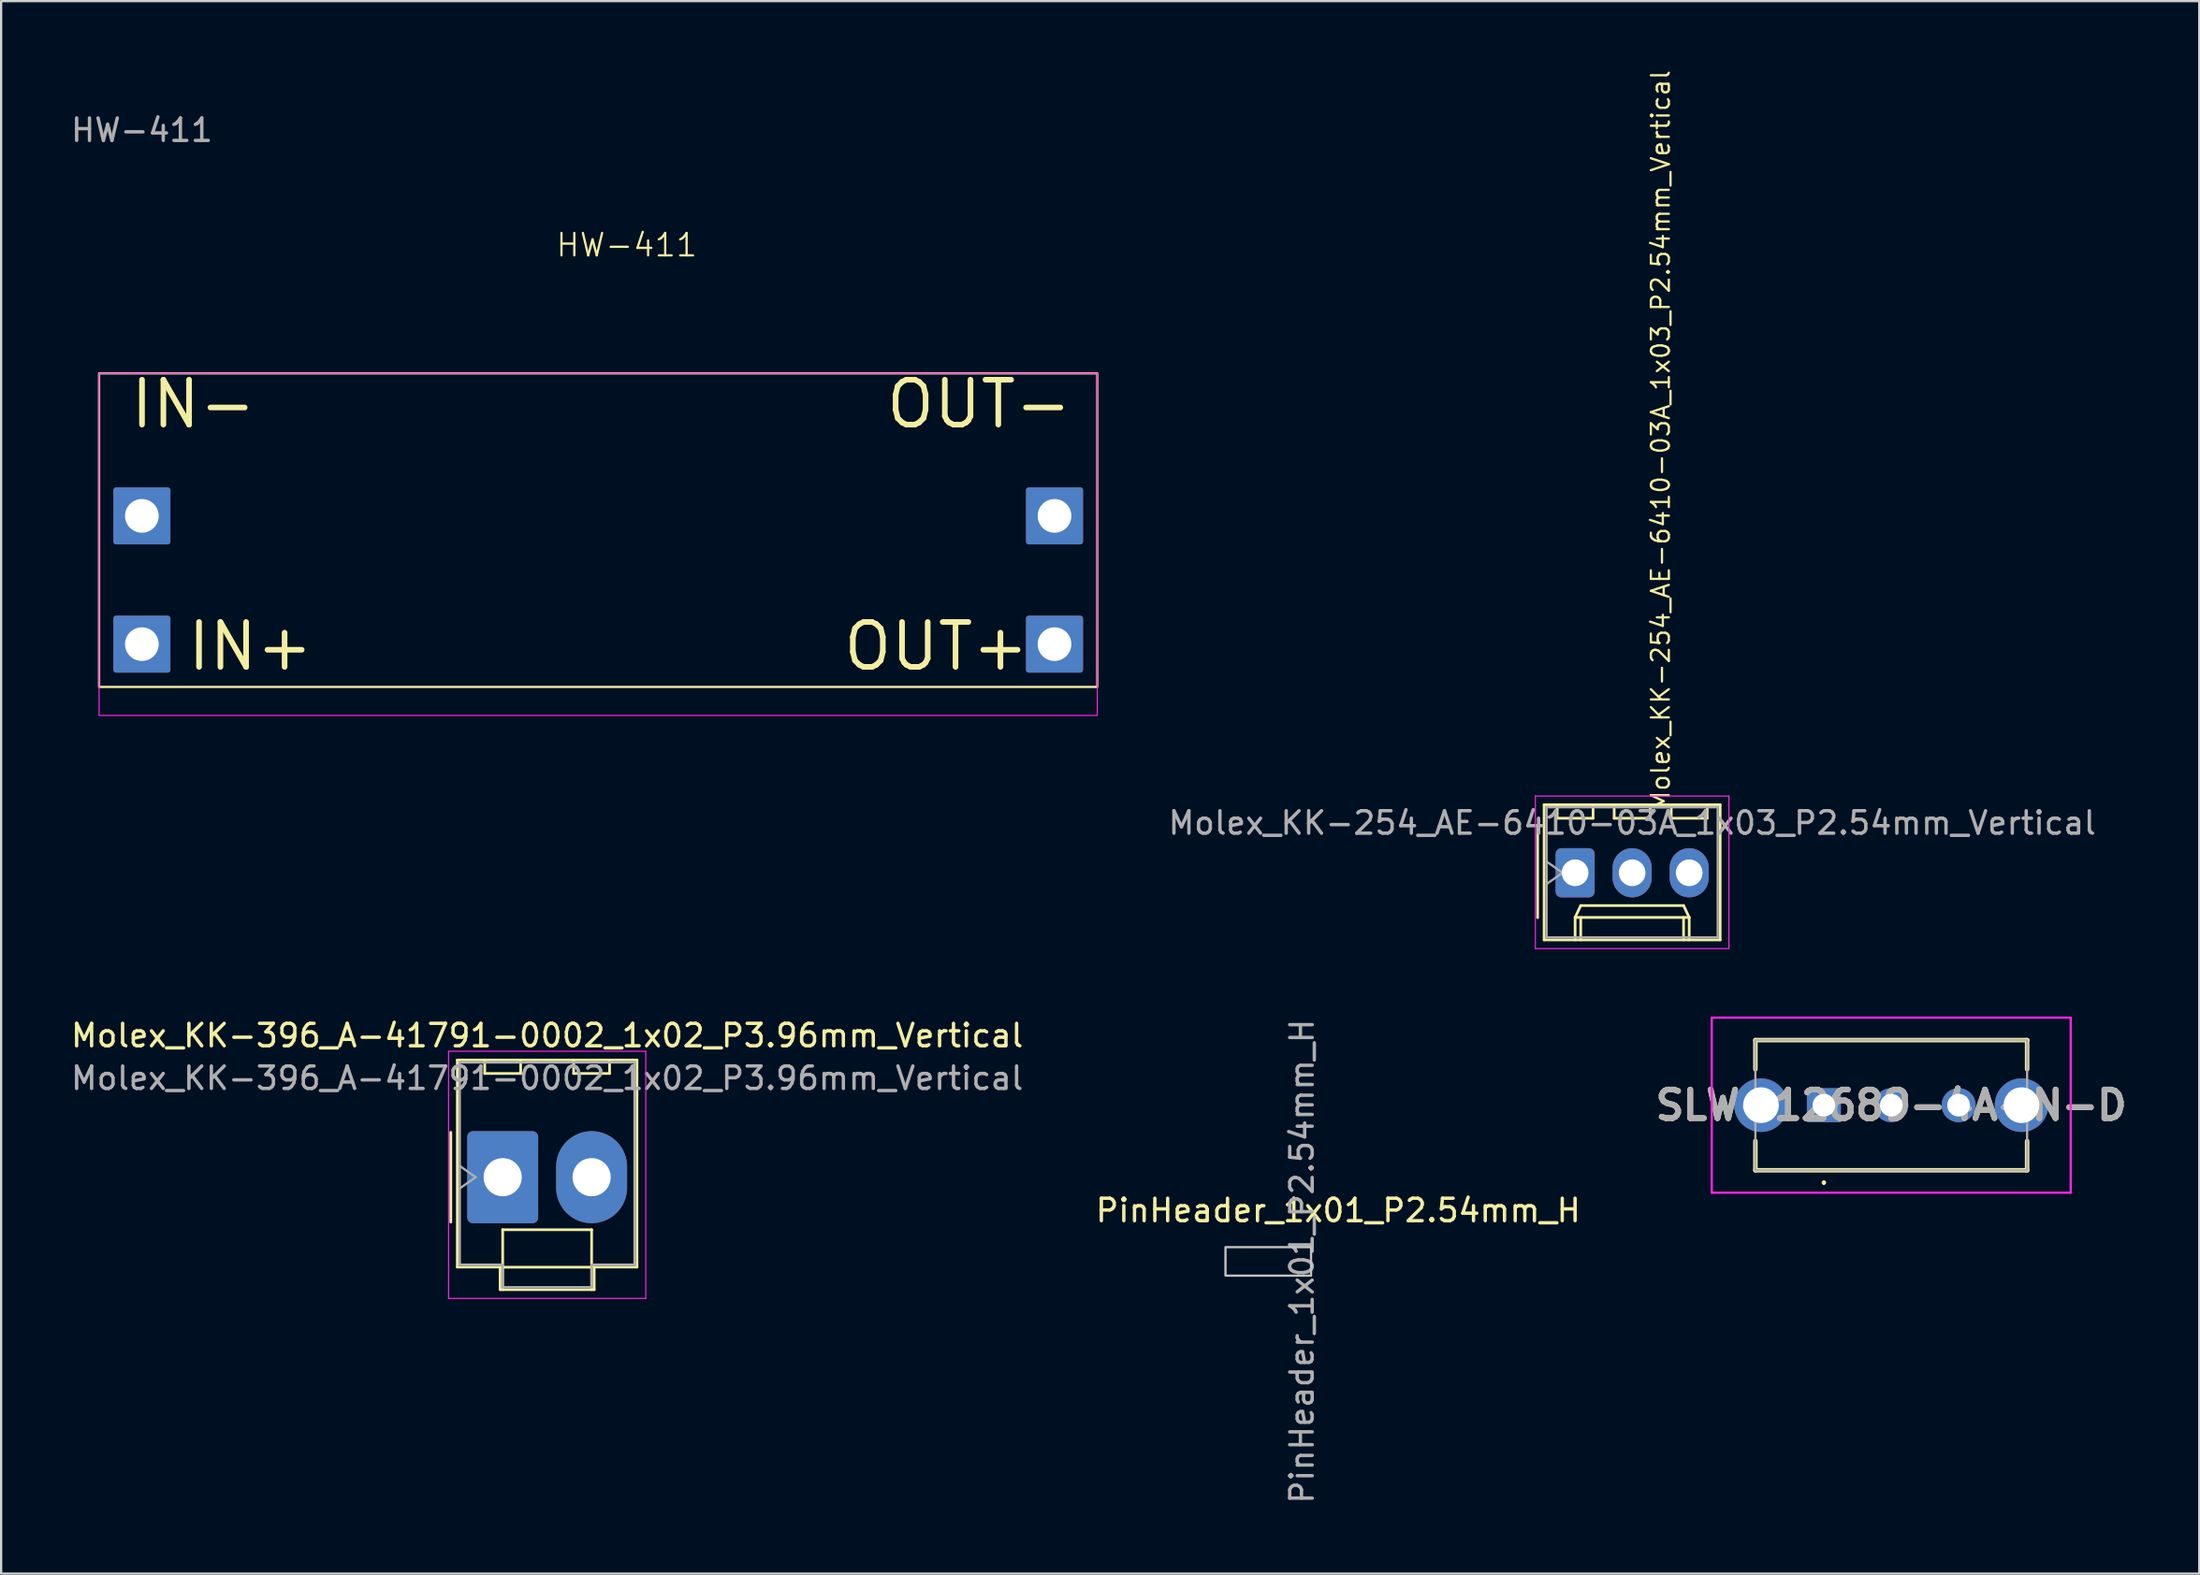
<source format=kicad_pcb>
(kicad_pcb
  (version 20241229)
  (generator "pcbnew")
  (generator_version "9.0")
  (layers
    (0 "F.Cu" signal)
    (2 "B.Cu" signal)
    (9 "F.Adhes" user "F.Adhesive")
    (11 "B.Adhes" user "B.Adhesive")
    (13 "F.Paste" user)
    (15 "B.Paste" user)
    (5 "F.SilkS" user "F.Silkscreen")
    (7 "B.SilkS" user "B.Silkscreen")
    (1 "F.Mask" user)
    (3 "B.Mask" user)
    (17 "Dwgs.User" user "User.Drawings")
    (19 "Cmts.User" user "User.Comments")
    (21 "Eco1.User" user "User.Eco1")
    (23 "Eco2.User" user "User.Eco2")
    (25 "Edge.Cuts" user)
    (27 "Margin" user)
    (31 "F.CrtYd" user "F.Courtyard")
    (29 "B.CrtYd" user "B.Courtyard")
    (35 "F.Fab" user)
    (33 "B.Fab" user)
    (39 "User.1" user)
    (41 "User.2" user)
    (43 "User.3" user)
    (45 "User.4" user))
  (footprint "HW-411"
    (layer "F.Cu")
    (at 3.268 0.25)
    (property "Reference" "HW-411" (at 21.59 7.62 0) (unlocked yes) (layer "F.SilkS") (effects (font (size 1 1) (thickness 0.1))))
    (attr through_hole)
    (fp_rect (start -1.905 13.335) (end 42.545 27.305) (stroke (width 0.1) (type default)) (fill no) (layer "F.SilkS"))
    (fp_rect (start -1.905 13.335) (end 42.545 28.575) (stroke (width 0.05) (type default)) (fill no) (layer "F.CrtYd"))
    (fp_text user "IN+" (at 1.905 26.67 0) (unlocked yes) (layer "F.SilkS") (effects (font (size 2 2) (thickness 0.25)) (justify left bottom)))
    (fp_text user "OUT+" (at 31.115 26.67 0) (unlocked yes) (layer "F.SilkS") (effects (font (size 2 2) (thickness 0.25)) (justify left bottom)))
    (fp_text user "IN-\n" (at -0.635 15.875 0) (unlocked yes) (layer "F.SilkS") (effects (font (size 2 2) (thickness 0.25)) (justify left bottom)))
    (fp_text user "OUT-\n" (at 33.02 15.875 0) (unlocked yes) (layer "F.SilkS") (effects (font (size 2 2) (thickness 0.25)) (justify left bottom)))
    (fp_text user "${REFERENCE}" (at 0 2.5 0) (unlocked yes) (layer "F.Fab") (effects (font (size 1 1) (thickness 0.15))))
    (pad "1" thru_hole roundrect (at 0 25.4) (size 2.54 2.54) (drill 1.5) (layers "*.Cu" "*.Mask") (roundrect_rratio 0.05))
    (pad "2" thru_hole roundrect (at 0 19.685) (size 2.54 2.54) (drill 1.5) (layers "*.Cu" "*.Mask") (roundrect_rratio 0.05))
    (pad "3" thru_hole roundrect (at 40.64 19.685) (size 2.54 2.54) (drill 1.5) (layers "*.Cu" "*.Mask") (roundrect_rratio 0.05))
    (pad "4" thru_hole roundrect (at 40.64 25.4) (size 2.54 2.54) (drill 1.5) (layers "*.Cu" "*.Mask") (roundrect_rratio 0.05)))
  (footprint "PinHeader_1x01_P2.54mm_H"
    (layer "F.Cu")
    (at 52.157 53.151)
    (property "Reference" "PinHeader_1x01_P2.54mm_H" (at 4.385 -2.27 0) (layer "F.SilkS") (effects (font (size 1 1) (thickness 0.15))))
    (attr through_hole)
    (fp_rect (start -0.635 -0.635) (end 3.175 0.635) (stroke (width 0.1) (type solid)) (fill no) (layer "Dwgs.User"))
    (fp_text user "${REFERENCE}" (at 2.77 0 90) (layer "F.Fab") (effects (font (size 1 1) (thickness 0.15)))))
  (footprint "Molex_KK-254_AE-6410-03A_1x03_P2.54mm_Vertical"
    (layer "F.Cu")
    (at 67.091 35.836)
    (property "Reference" "Molex_KK-254_AE-6410-03A_1x03_P2.54mm_Vertical" (at 3.808 -2.667 270) (layer "F.SilkS") (effects (font (size 0.8 0.8) (thickness 0.1)) (justify left)))
    (attr through_hole)
    (fp_line (start -1.67 -2) (end -1.67 2) (stroke (width 0.12) (type solid)) (layer "F.SilkS"))
    (fp_line (start -1.38 -3.03) (end -1.38 2.99) (stroke (width 0.12) (type solid)) (layer "F.SilkS"))
    (fp_line (start -1.38 2.99) (end 6.46 2.99) (stroke (width 0.12) (type solid)) (layer "F.SilkS"))
    (fp_line (start -0.8 -3.03) (end -0.8 -2.43) (stroke (width 0.12) (type solid)) (layer "F.SilkS"))
    (fp_line (start -0.8 -2.43) (end 0.8 -2.43) (stroke (width 0.12) (type solid)) (layer "F.SilkS"))
    (fp_line (start 0 1.99) (end 0.25 1.46) (stroke (width 0.12) (type solid)) (layer "F.SilkS"))
    (fp_line (start 0 1.99) (end 5.08 1.99) (stroke (width 0.12) (type solid)) (layer "F.SilkS"))
    (fp_line (start 0 2.99) (end 0 1.99) (stroke (width 0.12) (type solid)) (layer "F.SilkS"))
    (fp_line (start 0.25 1.46) (end 4.83 1.46) (stroke (width 0.12) (type solid)) (layer "F.SilkS"))
    (fp_line (start 0.25 2.99) (end 0.25 1.99) (stroke (width 0.12) (type solid)) (layer "F.SilkS"))
    (fp_line (start 0.8 -2.43) (end 0.8 -3.03) (stroke (width 0.12) (type solid)) (layer "F.SilkS"))
    (fp_line (start 1.74 -3.03) (end 1.74 -2.43) (stroke (width 0.12) (type solid)) (layer "F.SilkS"))
    (fp_line (start 1.74 -2.43) (end 3.34 -2.43) (stroke (width 0.12) (type solid)) (layer "F.SilkS"))
    (fp_line (start 3.34 -2.43) (end 3.34 -3.03) (stroke (width 0.12) (type solid)) (layer "F.SilkS"))
    (fp_line (start 4.28 -3.03) (end 4.28 -2.43) (stroke (width 0.12) (type solid)) (layer "F.SilkS"))
    (fp_line (start 4.28 -2.43) (end 5.88 -2.43) (stroke (width 0.12) (type solid)) (layer "F.SilkS"))
    (fp_line (start 4.83 1.46) (end 5.08 1.99) (stroke (width 0.12) (type solid)) (layer "F.SilkS"))
    (fp_line (start 4.83 2.99) (end 4.83 1.99) (stroke (width 0.12) (type solid)) (layer "F.SilkS"))
    (fp_line (start 5.08 1.99) (end 5.08 2.99) (stroke (width 0.12) (type solid)) (layer "F.SilkS"))
    (fp_line (start 5.88 -2.43) (end 5.88 -3.03) (stroke (width 0.12) (type solid)) (layer "F.SilkS"))
    (fp_line (start 6.46 -3.03) (end -1.38 -3.03) (stroke (width 0.12) (type solid)) (layer "F.SilkS"))
    (fp_line (start 6.46 2.99) (end 6.46 -3.03) (stroke (width 0.12) (type solid)) (layer "F.SilkS"))
    (fp_line (start -1.77 -3.42) (end -1.77 3.38) (stroke (width 0.05) (type solid)) (layer "F.CrtYd"))
    (fp_line (start -1.77 3.38) (end 6.85 3.38) (stroke (width 0.05) (type solid)) (layer "F.CrtYd"))
    (fp_line (start 6.85 -3.42) (end -1.77 -3.42) (stroke (width 0.05) (type solid)) (layer "F.CrtYd"))
    (fp_line (start 6.85 3.38) (end 6.85 -3.42) (stroke (width 0.05) (type solid)) (layer "F.CrtYd"))
    (fp_line (start -1.27 -2.92) (end -1.27 2.88) (stroke (width 0.1) (type solid)) (layer "F.Fab"))
    (fp_line (start -1.27 -0.5) (end -0.563 0) (stroke (width 0.1) (type solid)) (layer "F.Fab"))
    (fp_line (start -1.27 2.88) (end 6.35 2.88) (stroke (width 0.1) (type solid)) (layer "F.Fab"))
    (fp_line (start -0.563 0) (end -1.27 0.5) (stroke (width 0.1) (type solid)) (layer "F.Fab"))
    (fp_line (start 6.35 -2.92) (end -1.27 -2.92) (stroke (width 0.1) (type solid)) (layer "F.Fab"))
    (fp_line (start 6.35 2.88) (end 6.35 -2.92) (stroke (width 0.1) (type solid)) (layer "F.Fab"))
    (fp_text user "${REFERENCE}" (at 2.54 -2.22 0) (layer "F.Fab") (effects (font (size 1 1) (thickness 0.15))))
    (pad "1" thru_hole roundrect (at 0 0) (size 1.74 2.19) (drill 1.19) (layers "*.Cu" "*.Mask") (roundrect_rratio 0.144))
    (pad "2" thru_hole oval (at 2.54 0) (size 1.74 2.19) (drill 1.19) (layers "*.Cu" "*.Mask"))
    (pad "3" thru_hole oval (at 5.08 0) (size 1.74 2.19) (drill 1.19) (layers "*.Cu" "*.Mask")))
  (footprint "SLW-12689-4A-N-D"
    (layer "F.Cu")
    (at 78.169 46.191)
    (property "Reference" "SLW-12689-4A-N-D" (at 3 0 0) (layer "F.SilkS") (effects (font (size 1.27 1.27) (thickness 0.254))))
    (attr through_hole)
    (fp_line (start -3.05 -2.9) (end 9.05 -2.9) (stroke (width 0.2) (type solid)) (layer "F.SilkS"))
    (fp_line (start -3.05 -1.6) (end -3.05 -2.9) (stroke (width 0.2) (type solid)) (layer "F.SilkS"))
    (fp_line (start -3.05 2.9) (end -3.05 1.6) (stroke (width 0.2) (type solid)) (layer "F.SilkS"))
    (fp_line (start 0 3.4) (end 0 3.4) (stroke (width 0.1) (type solid)) (layer "F.SilkS"))
    (fp_line (start 0 3.5) (end 0 3.5) (stroke (width 0.1) (type solid)) (layer "F.SilkS"))
    (fp_line (start 9.05 -2.9) (end 9.05 -1.6) (stroke (width 0.2) (type solid)) (layer "F.SilkS"))
    (fp_line (start 9.05 1.6) (end 9.05 2.9) (stroke (width 0.2) (type solid)) (layer "F.SilkS"))
    (fp_line (start 9.05 2.9) (end -3.05 2.9) (stroke (width 0.2) (type solid)) (layer "F.SilkS"))
    (fp_arc (start 0 3.4) (mid 0.05 3.45) (end 0 3.5) (stroke (width 0.1) (type solid)) (layer "F.SilkS"))
    (fp_arc (start 0 3.5) (mid -0.05 3.45) (end 0 3.4) (stroke (width 0.1) (type solid)) (layer "F.SilkS"))
    (fp_line (start -4.992 -3.9) (end 10.992 -3.9) (stroke (width 0.1) (type solid)) (layer "F.CrtYd"))
    (fp_line (start -4.992 3.9) (end -4.992 -3.9) (stroke (width 0.1) (type solid)) (layer "F.CrtYd"))
    (fp_line (start 10.992 -3.9) (end 10.992 3.9) (stroke (width 0.1) (type solid)) (layer "F.CrtYd"))
    (fp_line (start 10.992 3.9) (end -4.992 3.9) (stroke (width 0.1) (type solid)) (layer "F.CrtYd"))
    (fp_line (start -3.05 -2.9) (end 9.05 -2.9) (stroke (width 0.1) (type solid)) (layer "F.Fab"))
    (fp_line (start -3.05 2.9) (end -3.05 -2.9) (stroke (width 0.1) (type solid)) (layer "F.Fab"))
    (fp_line (start 9.05 -2.9) (end 9.05 2.9) (stroke (width 0.1) (type solid)) (layer "F.Fab"))
    (fp_line (start 9.05 2.9) (end -3.05 2.9) (stroke (width 0.1) (type solid)) (layer "F.Fab"))
    (fp_text user "${REFERENCE}" (at 3 0 0) (layer "F.Fab") (effects (font (size 1.27 1.27) (thickness 0.254))))
    (pad "" thru_hole circle (at -2.8 0) (size 2.385 2.385) (drill 1.59) (layers "*.Cu" "*.Mask"))
    (pad "" thru_hole circle (at 6 0) (size 1.515 1.515) (drill 1.01) (layers "*.Cu" "*.Mask"))
    (pad "" thru_hole circle (at 8.8 0) (size 2.385 2.385) (drill 1.59) (layers "*.Cu" "*.Mask"))
    (pad "1" thru_hole rect (at 0 0) (size 1.515 1.515) (drill 1.01) (layers "*.Cu" "*.Mask"))
    (pad "2" thru_hole circle (at 3 0) (size 1.515 1.515) (drill 1.01) (layers "*.Cu" "*.Mask")))
  (footprint "Molex_KK-396_A-41791-0002_1x02_P3.96mm_Vertical"
    (layer "F.Cu")
    (at 19.335 49.399)
    (property "Reference" "Molex_KK-396_A-41791-0002_1x02_P3.96mm_Vertical" (at 1.98 -6.31 0) (layer "F.SilkS") (effects (font (size 1 1) (thickness 0.15))))
    (attr through_hole)
    (fp_line (start -2.31 -2) (end -2.31 2) (stroke (width 0.12) (type solid)) (layer "F.SilkS"))
    (fp_line (start -2.02 -5.22) (end 5.98 -5.22) (stroke (width 0.12) (type solid)) (layer "F.SilkS"))
    (fp_line (start -2.02 4.005) (end -2.02 -5.22) (stroke (width 0.12) (type solid)) (layer "F.SilkS"))
    (fp_line (start -0.8 -5.22) (end -0.8 -4.62) (stroke (width 0.12) (type solid)) (layer "F.SilkS"))
    (fp_line (start -0.8 -4.62) (end 0.8 -4.62) (stroke (width 0.12) (type solid)) (layer "F.SilkS"))
    (fp_line (start -0.115 4.005) (end -2.02 4.005) (stroke (width 0.12) (type solid)) (layer "F.SilkS"))
    (fp_line (start -0.115 5.01) (end -0.115 4.005) (stroke (width 0.12) (type solid)) (layer "F.SilkS"))
    (fp_line (start 0 2.34) (end 3.96 2.34) (stroke (width 0.12) (type solid)) (layer "F.SilkS"))
    (fp_line (start 0 4.01) (end 0 2.34) (stroke (width 0.12) (type solid)) (layer "F.SilkS"))
    (fp_line (start 0 4.01) (end 3.96 4.01) (stroke (width 0.12) (type solid)) (layer "F.SilkS"))
    (fp_line (start 0 5.01) (end 0 4.01) (stroke (width 0.12) (type solid)) (layer "F.SilkS"))
    (fp_line (start 0.8 -4.62) (end 0.8 -5.22) (stroke (width 0.12) (type solid)) (layer "F.SilkS"))
    (fp_line (start 3.16 -5.22) (end 3.16 -4.62) (stroke (width 0.12) (type solid)) (layer "F.SilkS"))
    (fp_line (start 3.16 -4.62) (end 4.76 -4.62) (stroke (width 0.12) (type solid)) (layer "F.SilkS"))
    (fp_line (start 3.96 2.34) (end 3.96 4.01) (stroke (width 0.12) (type solid)) (layer "F.SilkS"))
    (fp_line (start 3.96 4.01) (end 3.96 5.01) (stroke (width 0.12) (type solid)) (layer "F.SilkS"))
    (fp_line (start 4.075 4.005) (end 4.075 5.01) (stroke (width 0.12) (type solid)) (layer "F.SilkS"))
    (fp_line (start 4.075 5.01) (end -0.115 5.01) (stroke (width 0.12) (type solid)) (layer "F.SilkS"))
    (fp_line (start 4.76 -4.62) (end 4.76 -5.22) (stroke (width 0.12) (type solid)) (layer "F.SilkS"))
    (fp_line (start 5.98 -5.22) (end 5.98 4.005) (stroke (width 0.12) (type solid)) (layer "F.SilkS"))
    (fp_line (start 5.98 4.005) (end 4.075 4.005) (stroke (width 0.12) (type solid)) (layer "F.SilkS"))
    (fp_line (start -2.41 -5.61) (end -2.41 5.4) (stroke (width 0.05) (type solid)) (layer "F.CrtYd"))
    (fp_line (start -2.41 5.4) (end 6.37 5.4) (stroke (width 0.05) (type solid)) (layer "F.CrtYd"))
    (fp_line (start 6.37 -5.61) (end -2.41 -5.61) (stroke (width 0.05) (type solid)) (layer "F.CrtYd"))
    (fp_line (start 6.37 5.4) (end 6.37 -5.61) (stroke (width 0.05) (type solid)) (layer "F.CrtYd"))
    (fp_line (start -1.91 -5.11) (end 5.87 -5.11) (stroke (width 0.1) (type solid)) (layer "F.Fab"))
    (fp_line (start -1.91 -0.5) (end -1.203 0) (stroke (width 0.1) (type solid)) (layer "F.Fab"))
    (fp_line (start -1.91 3.895) (end -1.91 -5.11) (stroke (width 0.1) (type solid)) (layer "F.Fab"))
    (fp_line (start -1.203 0) (end -1.91 0.5) (stroke (width 0.1) (type solid)) (layer "F.Fab"))
    (fp_line (start -0.005 3.895) (end -1.91 3.895) (stroke (width 0.1) (type solid)) (layer "F.Fab"))
    (fp_line (start -0.005 4.9) (end -0.005 3.895) (stroke (width 0.1) (type solid)) (layer "F.Fab"))
    (fp_line (start 3.965 3.895) (end 3.965 4.9) (stroke (width 0.1) (type solid)) (layer "F.Fab"))
    (fp_line (start 3.965 4.9) (end -0.005 4.9) (stroke (width 0.1) (type solid)) (layer "F.Fab"))
    (fp_line (start 5.87 -5.11) (end 5.87 3.895) (stroke (width 0.1) (type solid)) (layer "F.Fab"))
    (fp_line (start 5.87 3.895) (end 3.965 3.895) (stroke (width 0.1) (type solid)) (layer "F.Fab"))
    (fp_text user "${REFERENCE}" (at 1.98 -4.41 0) (layer "F.Fab") (effects (font (size 1 1) (thickness 0.15))))
    (pad "1" thru_hole roundrect (at 0 0) (size 3.16 4.1) (drill 1.7) (layers "*.Cu" "*.Mask") (roundrect_rratio 0.079))
    (pad "2" thru_hole oval (at 3.96 0) (size 3.16 4.1) (drill 1.7) (layers "*.Cu" "*.Mask")))
  (gr_rect
    (start -3 -3)
    (end 94.885 67.062)
    (stroke (width 0.1) (type default))
    (fill no)
    (layer "Edge.Cuts")))
</source>
